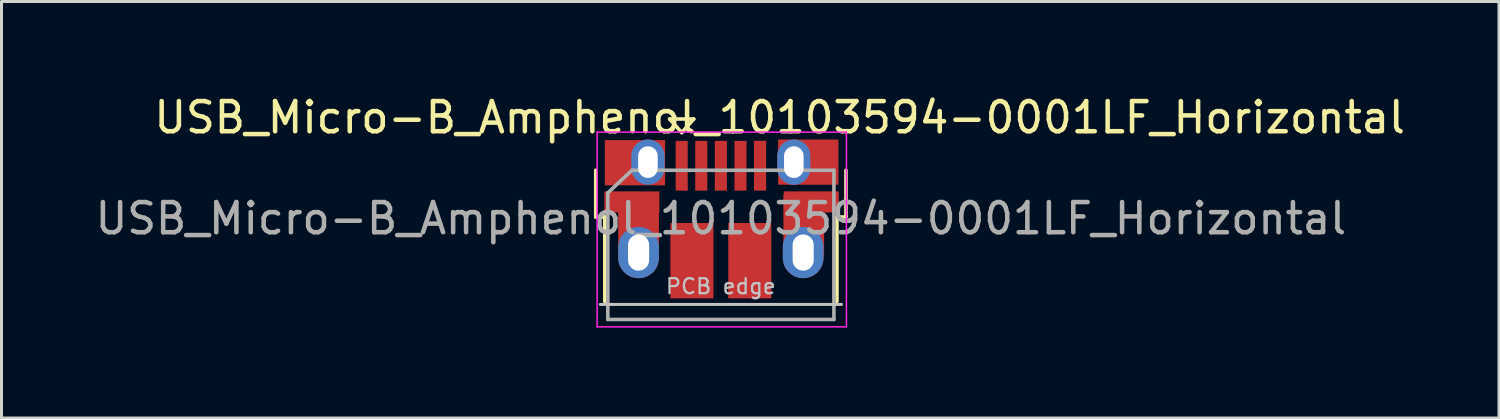
<source format=kicad_pcb>
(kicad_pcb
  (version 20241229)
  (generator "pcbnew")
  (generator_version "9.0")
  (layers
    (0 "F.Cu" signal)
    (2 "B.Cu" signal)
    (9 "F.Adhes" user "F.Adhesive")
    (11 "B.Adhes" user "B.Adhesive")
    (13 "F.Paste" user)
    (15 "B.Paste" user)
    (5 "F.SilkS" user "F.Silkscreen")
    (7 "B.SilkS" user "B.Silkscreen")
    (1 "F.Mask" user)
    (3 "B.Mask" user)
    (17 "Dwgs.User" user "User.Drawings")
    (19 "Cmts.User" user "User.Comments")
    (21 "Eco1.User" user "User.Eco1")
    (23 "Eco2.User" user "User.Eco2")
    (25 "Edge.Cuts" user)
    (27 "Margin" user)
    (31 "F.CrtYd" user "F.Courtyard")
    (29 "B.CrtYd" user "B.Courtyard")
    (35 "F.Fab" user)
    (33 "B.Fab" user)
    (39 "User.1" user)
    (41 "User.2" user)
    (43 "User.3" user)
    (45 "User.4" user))
  (footprint "USB_Micro-B_Amphenol_10103594-0001LF_Horizontal"
    (layer "F.Cu")
    (at 20.888 4.213)
    (property "Reference" "USB_Micro-B_Amphenol_10103594-0001LF_Horizontal" (at 1.925 -3.365 0) (layer "F.SilkS") (effects (font (size 1 1) (thickness 0.15))))
    (attr smd)
    (fp_line (start -4.175 -0.065) (end -4.175 -1.615) (stroke (width 0.12) (type solid)) (layer "F.SilkS"))
    (fp_line (start -4.175 -0.065) (end -3.875 -0.065) (stroke (width 0.12) (type solid)) (layer "F.SilkS"))
    (fp_line (start -3.875 2.735) (end -3.875 -0.065) (stroke (width 0.12) (type solid)) (layer "F.SilkS"))
    (fp_line (start -1.725 -3.315) (end -0.925 -3.315) (stroke (width 0.12) (type solid)) (layer "F.SilkS"))
    (fp_line (start -1.325 -2.865) (end -1.725 -3.315) (stroke (width 0.12) (type solid)) (layer "F.SilkS"))
    (fp_line (start -0.925 -3.315) (end -1.325 -2.865) (stroke (width 0.12) (type solid)) (layer "F.SilkS"))
    (fp_line (start 3.825 -0.065) (end 4.125 -0.065) (stroke (width 0.12) (type solid)) (layer "F.SilkS"))
    (fp_line (start 3.825 2.735) (end 3.825 -0.065) (stroke (width 0.12) (type solid)) (layer "F.SilkS"))
    (fp_line (start 4.125 -0.065) (end 4.125 -1.615) (stroke (width 0.12) (type solid)) (layer "F.SilkS"))
    (fp_line (start -4.025 2.835) (end 3.975 2.835) (stroke (width 0.1) (type solid)) (layer "Dwgs.User"))
    (fp_line (start -4.13 -2.88) (end -4.13 3.58) (stroke (width 0.05) (type solid)) (layer "F.CrtYd"))
    (fp_line (start -4.13 -2.88) (end 4.14 -2.88) (stroke (width 0.05) (type solid)) (layer "F.CrtYd"))
    (fp_line (start 4.14 3.58) (end -4.13 3.58) (stroke (width 0.05) (type solid)) (layer "F.CrtYd"))
    (fp_line (start 4.14 3.58) (end 4.14 -2.88) (stroke (width 0.05) (type solid)) (layer "F.CrtYd"))
    (fp_line (start -3.775 -0.865) (end -2.975 -1.615) (stroke (width 0.12) (type solid)) (layer "F.Fab"))
    (fp_line (start -3.775 3.335) (end -3.775 -0.865) (stroke (width 0.12) (type solid)) (layer "F.Fab"))
    (fp_line (start -2.975 -1.615) (end 3.725 -1.615) (stroke (width 0.12) (type solid)) (layer "F.Fab"))
    (fp_line (start 3.725 -1.615) (end 3.725 3.335) (stroke (width 0.12) (type solid)) (layer "F.Fab"))
    (fp_line (start 3.725 3.335) (end -3.775 3.335) (stroke (width 0.12) (type solid)) (layer "F.Fab"))
    (fp_text user "PCB edge" (at -0.025 2.235 0) (layer "Dwgs.User") (effects (font (size 0.5 0.5) (thickness 0.075))))
    (fp_text user "${REFERENCE}" (at -0.025 -0.015 0) (layer "F.Fab") (effects (font (size 1 1) (thickness 0.15))))
    (pad "1" smd rect (at -1.325 -1.765 90) (size 1.65 0.4) (layers "F.Cu" "F.Mask" "F.Paste"))
    (pad "2" smd rect (at -0.675 -1.765 90) (size 1.65 0.4) (layers "F.Cu" "F.Mask" "F.Paste"))
    (pad "3" smd rect (at -0.025 -1.765 90) (size 1.65 0.4) (layers "F.Cu" "F.Mask" "F.Paste"))
    (pad "4" smd rect (at 0.625 -1.765 90) (size 1.65 0.4) (layers "F.Cu" "F.Mask" "F.Paste"))
    (pad "5" smd rect (at 1.275 -1.765 90) (size 1.65 0.4) (layers "F.Cu" "F.Mask" "F.Paste"))
    (pad "6" smd rect (at -2.975 -0.565) (size 1.825 0.7) (layers "F.Cu" "F.Mask"))
    (pad "6" smd rect (at -2.875 -1.865) (size 2 1.5) (layers "F.Cu" "F.Mask"))
    (pad "6" smd rect (at -2.755 0.185) (size 1.35 2) (layers "F.Cu" "F.Mask"))
    (pad "6" thru_hole oval (at -2.755 1.115 90) (size 1.7 1.35) (drill oval 1.2 0.7) (layers "*.Cu" "*.Mask"))
    (pad "6" thru_hole oval (at -2.445 -1.885 90) (size 1.5 1.1) (drill oval 1.05 0.65) (layers "*.Cu" "*.Mask"))
    (pad "6" smd rect (at -0.985 1.385 90) (size 2.5 1.43) (layers "F.Cu" "F.Mask" "F.Paste"))
    (pad "6" smd rect (at 0.935 1.385 90) (size 2.5 1.43) (layers "F.Cu" "F.Mask" "F.Paste"))
    (pad "6" thru_hole oval (at 2.395 -1.885 90) (size 1.5 1.1) (drill oval 1.05 0.65) (layers "*.Cu" "*.Mask"))
    (pad "6" thru_hole oval (at 2.705 1.115 90) (size 1.7 1.35) (drill oval 1.2 0.7) (layers "*.Cu" "*.Mask"))
    (pad "6" smd rect (at 2.725 0.185) (size 1.35 2) (layers "F.Cu" "F.Mask"))
    (pad "6" smd rect (at 2.875 -1.885) (size 2 1.5) (layers "F.Cu" "F.Mask"))
    (pad "6" smd rect (at 2.975 -0.565) (size 1.825 0.7) (layers "F.Cu" "F.Mask")))
  (gr_rect
    (start -3 -3)
    (end 46.676 10.818)
    (stroke (width 0.1) (type default))
    (fill no)
    (layer "Edge.Cuts")))
</source>
